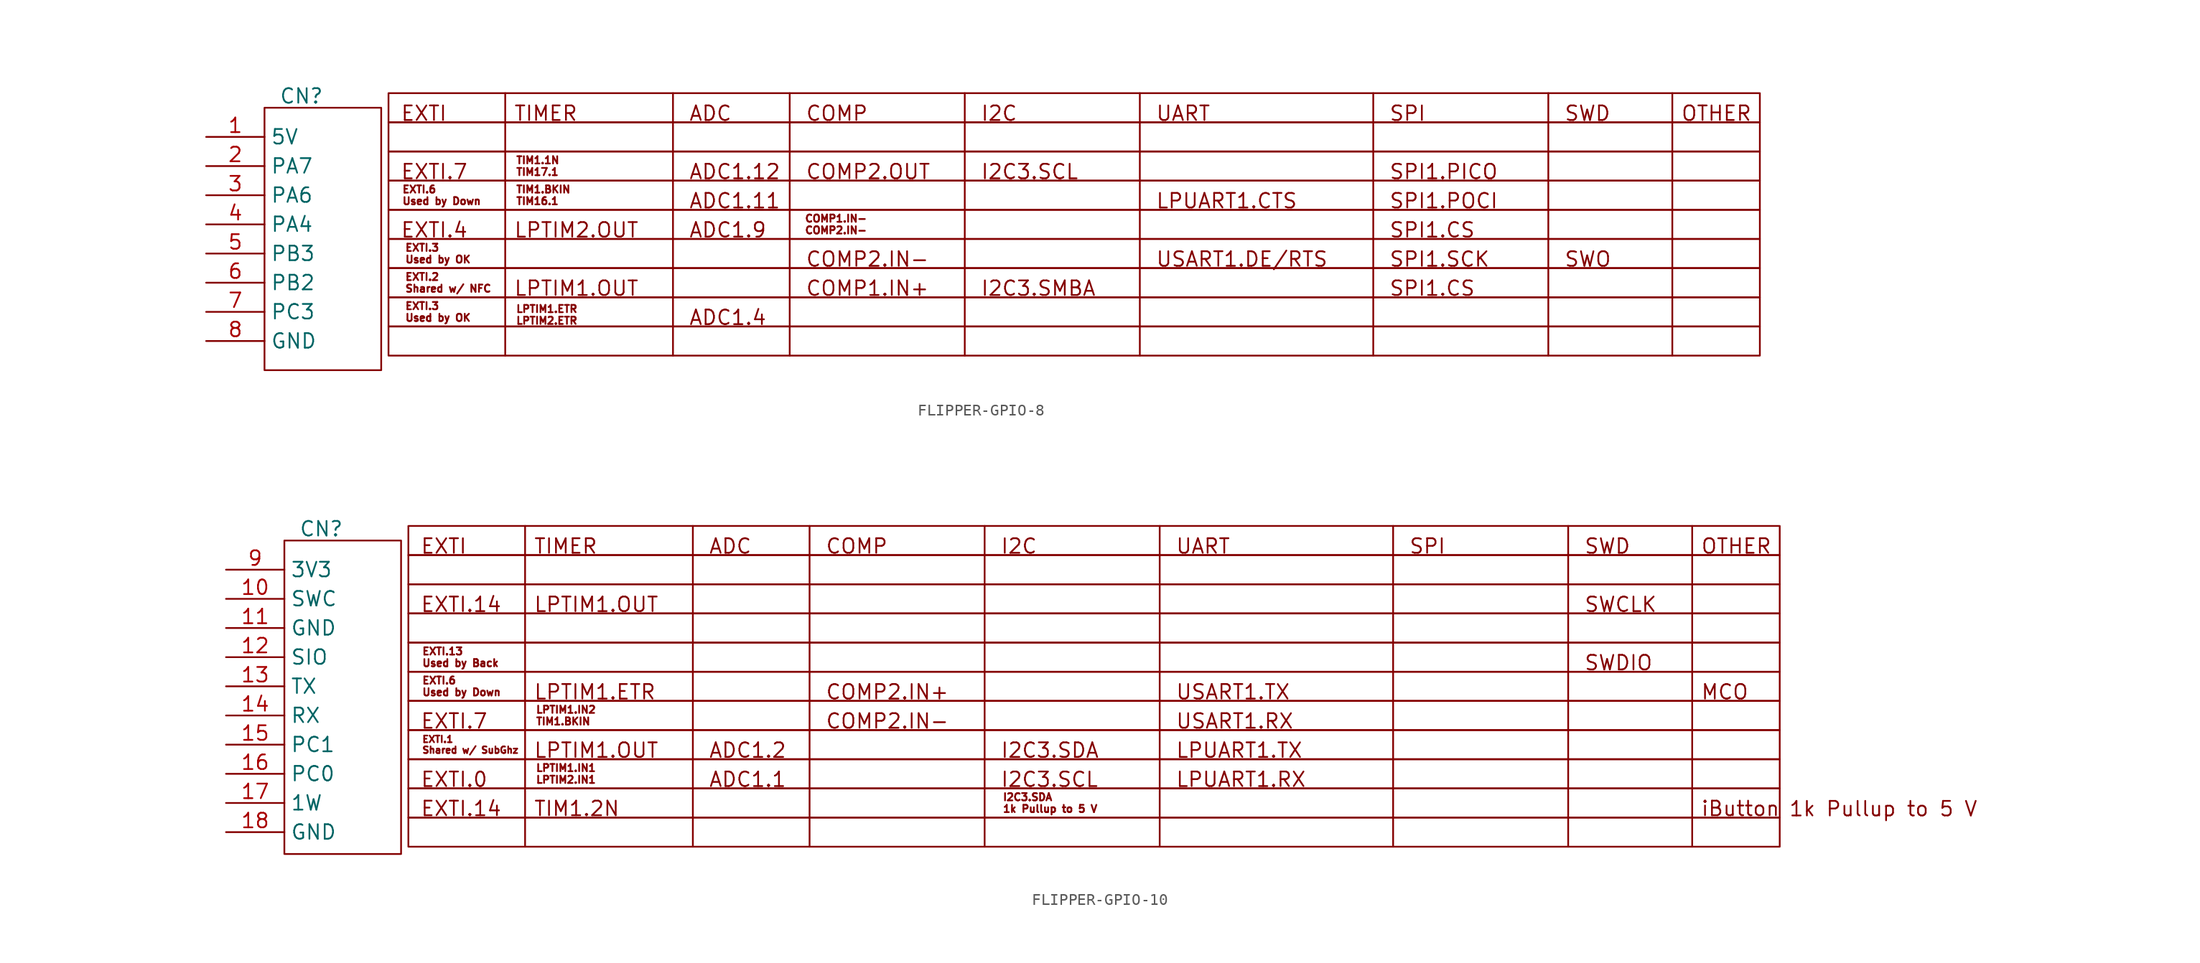
<source format=kicad_sym>
(kicad_symbol_lib
  (version 20231120)
  (generator "kicad_symbol_editor")
  (generator_version "8.0")
  (symbol "FLIPPER-GPIO-8"
    (property "Reference" "CN"
      (at 6.35 -1.524 0)
      (effects (font (size 1.27 1.27)) (justify left)))
    (property "Value" ""
      (at 0 0 0)
      (effects (font (size 1.27 1.27))))
    (symbol "FLIPPER-GPIO-8_0_1"
      (polyline (pts (xy 5.08 -25.4) (xy 5.08 -2.54) (xy 15.24 -2.54) (xy 15.24 -25.4) (xy 5.08 -25.4)) (stroke (width 0) (type default)) (fill (type none))))
    (symbol "FLIPPER-GPIO-8_1_1"
      (polyline (pts (xy 26.035 -1.27) (xy 26.035 -24.13)) (stroke (width 0) (type default)) (fill (type none)))
      (polyline (pts (xy 40.64 -1.27) (xy 40.64 -24.13)) (stroke (width 0) (type default)) (fill (type none)))
      (polyline (pts (xy 50.8 -1.27) (xy 50.8 -24.13)) (stroke (width 0) (type default)) (fill (type none)))
      (polyline (pts (xy 66.04 -1.27) (xy 66.04 -24.13)) (stroke (width 0) (type default)) (fill (type none)))
      (polyline (pts (xy 81.28 -1.27) (xy 81.28 -24.13)) (stroke (width 0) (type default)) (fill (type none)))
      (polyline (pts (xy 101.6 -1.27) (xy 101.6 -24.13)) (stroke (width 0) (type default)) (fill (type none)))
      (polyline (pts (xy 116.84 -1.27) (xy 116.84 -24.13)) (stroke (width 0) (type default)) (fill (type none)))
      (polyline (pts (xy 127.635 -1.27) (xy 127.635 -24.13)) (stroke (width 0) (type default)) (fill (type none)))
      (text "COMP1.IN-\nCOMP2.IN-" (at 52.07 -12.7 0) (effects (font (size 0.635 0.635)) (justify left)))
      (text "EXTI.2\nShared w/ NFC" (at 17.272 -17.78 0) (effects (font (size 0.635 0.635)) (justify left)))
      (text "EXTI.3\nUsed by OK" (at 17.272 -20.32 0) (effects (font (size 0.635 0.635)) (justify left)))
      (text "EXTI.3\nUsed by OK" (at 17.272 -15.24 0) (effects (font (size 0.635 0.635)) (justify left)))
      (text "EXTI.6\nUsed by Down" (at 17.018 -10.16 0) (effects (font (size 0.635 0.635)) (justify left)))
      (text "LPTIM1.ETR\nLPTIM2.ETR" (at 26.924 -20.574 0) (effects (font (size 0.635 0.635)) (justify left)))
      (text "TIM1.1N\nTIM17.1" (at 26.924 -7.62 0) (effects (font (size 0.635 0.635)) (justify left)))
      (text "TIM1.BKIN\nTIM16.1" (at 26.924 -10.16 0) (effects (font (size 0.635 0.635)) (justify left)))
      (text_box "" (at 15.875 -21.59 0) (size 119.38 -2.54) (stroke (width 0) (type default)) (fill (type none)) (effects (font (size 1.27 1.27)) (justify left top)))
      (text_box "" (at 15.875 -3.81 0) (size 119.38 -2.54) (stroke (width 0) (type default)) (fill (type none)) (effects (font (size 1.27 1.27)) (justify left top)))
      (text_box "							COMP2.IN-				USART1.DE/RTS	SPI1.SCK	SWO" (at 15.875 -13.97 0) (size 119.38 -2.54) (stroke (width 0) (type default)) (fill (type none)) (effects (font (size 1.27 1.27)) (justify left top)))
      (text_box "					ADC1.11							LPUART1.CTS		SPI1.POCI" (at 15.875 -8.89 0) (size 119.38 -2.54) (stroke (width 0) (type default)) (fill (type none)) (effects (font (size 1.27 1.27)) (justify left top)))
      (text_box "					ADC1.4" (at 15.875 -19.05 0) (size 119.38 -2.54) (stroke (width 0) (type default)) (fill (type none)) (effects (font (size 1.27 1.27)) (justify left top)))
      (text_box "		LPTIM1.OUT			COMP1.IN+	I2C3.SMBA					SPI1.CS" (at 15.875 -16.51 0) (size 119.38 -2.54) (stroke (width 0) (type default)) (fill (type none)) (effects (font (size 1.27 1.27)) (justify left top)))
      (text_box "EXTI	TIMER		ADC		COMP		I2C			UART			SPI			SWD		OTHER" (at 15.875 -1.27 0) (size 119.38 -2.54) (stroke (width 0) (type default)) (fill (type none)) (effects (font (face "KiCad Font") (size 1.27 1.27)) (justify left top)))
      (text_box "EXTI.4	LPTIM2.OUT	ADC1.9											SPI1.CS" (at 15.875 -11.43 0) (size 119.38 -2.54) (stroke (width 0) (type default)) (fill (type none)) (effects (font (size 1.27 1.27)) (justify left top)))
      (text_box "EXTI.7				ADC1.12	COMP2.OUT	I2C3.SCL					SPI1.PICO" (at 15.875 -6.35 0) (size 119.38 -2.54) (stroke (width 0) (type default)) (fill (type none)) (effects (font (size 1.27 1.27)) (justify left top)))
      (pin power_in line (at 0 -5.08 0) (length 5.08) (name "5V" (effects (font (size 1.27 1.27)))) (number "1" (effects (font (size 1.27 1.27)))))
      (pin bidirectional line (at 0 -7.62 0) (length 5.08) (name "PA7" (effects (font (size 1.27 1.27)))) (number "2" (effects (font (size 1.27 1.27)))))
      (pin bidirectional line (at 0 -10.16 0) (length 5.08) (name "PA6" (effects (font (size 1.27 1.27)))) (number "3" (effects (font (size 1.27 1.27)))))
      (pin bidirectional line (at 0 -12.7 0) (length 5.08) (name "PA4" (effects (font (size 1.27 1.27)))) (number "4" (effects (font (size 1.27 1.27)))))
      (pin bidirectional line (at 0 -15.24 0) (length 5.08) (name "PB3" (effects (font (size 1.27 1.27)))) (number "5" (effects (font (size 1.27 1.27)))))
      (pin bidirectional line (at 0 -17.78 0) (length 5.08) (name "PB2" (effects (font (size 1.27 1.27)))) (number "6" (effects (font (size 1.27 1.27)))))
      (pin bidirectional line (at 0 -20.32 0) (length 5.08) (name "PC3" (effects (font (size 1.27 1.27)))) (number "7" (effects (font (size 1.27 1.27)))))
      (pin power_in line (at 0 -22.86 0) (length 5.08) (name "GND" (effects (font (size 1.27 1.27)))) (number "8" (effects (font (size 1.27 1.27)))))))
  (symbol "FLIPPER-GPIO-10"
    (property "Reference" "CN"
      (at 6.35 -1.524 0)
      (effects (font (size 1.27 1.27)) (justify left)))
    (property "Value" ""
      (at 0 0 0)
      (effects (font (size 1.27 1.27))))
    (symbol "FLIPPER-GPIO-10_0_1"
      (polyline (pts (xy 5.08 -29.845) (xy 5.08 -2.54) (xy 15.24 -2.54) (xy 15.24 -29.845) (xy 5.08 -29.845)) (stroke (width 0) (type default)) (fill (type none))))
    (symbol "FLIPPER-GPIO-10_1_1"
      (polyline (pts (xy 26.035 -1.27) (xy 26.035 -29.21)) (stroke (width 0) (type default)) (fill (type none)))
      (polyline (pts (xy 40.64 -1.27) (xy 40.64 -29.21)) (stroke (width 0) (type default)) (fill (type none)))
      (polyline (pts (xy 50.8 -1.27) (xy 50.8 -29.21)) (stroke (width 0) (type default)) (fill (type none)))
      (polyline (pts (xy 66.04 -1.27) (xy 66.04 -29.21)) (stroke (width 0) (type default)) (fill (type none)))
      (polyline (pts (xy 81.28 -1.27) (xy 81.28 -29.21)) (stroke (width 0) (type default)) (fill (type none)))
      (polyline (pts (xy 101.6 -1.27) (xy 101.6 -29.21)) (stroke (width 0) (type default)) (fill (type none)))
      (polyline (pts (xy 116.84 -1.27) (xy 116.84 -29.21)) (stroke (width 0) (type default)) (fill (type none)))
      (polyline (pts (xy 127.635 -1.27) (xy 127.635 -29.21)) (stroke (width 0) (type default)) (fill (type none)))
      (text "1k Pullup to 5 V" (at 144.272 -25.908 0) (effects (font (size 1.27 1.27))))
      (text "EXTI.1\nShared w/ SubGhz" (at 17.018 -20.32 0) (effects (font (size 0.584 0.584)) (justify left)))
      (text "EXTI.13\nUsed by Back" (at 17.018 -12.7 0) (effects (font (size 0.635 0.635)) (justify left)))
      (text "EXTI.6\nUsed by Down" (at 17.018 -15.24 0) (effects (font (size 0.635 0.635)) (justify left)))
      (text "I2C3.SDA\n1k Pullup to 5 V" (at 67.564 -25.4 0) (effects (font (size 0.635 0.635)) (justify left)))
      (text "LPTIM1.IN1\nLPTIM2.IN1" (at 26.924 -22.86 0) (effects (font (size 0.635 0.635)) (justify left)))
      (text "LPTIM1.IN2\nTIM1.BKIN" (at 26.924 -17.78 0) (effects (font (size 0.635 0.635)) (justify left)))
      (text_box "" (at 15.875 -26.67 0) (size 119.38 -2.54) (stroke (width 0) (type default)) (fill (type none)) (effects (font (size 1.27 1.27)) (justify left top)))
      (text_box "" (at 15.875 -8.89 0) (size 119.38 -2.54) (stroke (width 0) (type default)) (fill (type none)) (effects (font (size 1.27 1.27)) (justify left top)))
      (text_box "" (at 15.875 -3.81 0) (size 119.38 -2.54) (stroke (width 0) (type default)) (fill (type none)) (effects (font (size 1.27 1.27)) (justify left top)))
      (text_box "																				SWDIO" (at 15.875 -11.43 0) (size 119.38 -2.54) (stroke (width 0) (type default)) (fill (type none)) (effects (font (size 1.27 1.27)) (justify left top)))
      (text_box "		LPTIM1.ETR			COMP2.IN+				USART1.TX							MCO" (at 15.875 -13.97 0) (size 119.38 -2.54) (stroke (width 0) (type default)) (fill (type none)) (effects (font (size 1.27 1.27)) (justify left top)))
      (text_box "		LPTIM1.OUT	ADC1.2				I2C3.SDA	LPUART1.TX" (at 15.875 -19.05 0) (size 119.38 -2.54) (stroke (width 0) (type default)) (fill (type none)) (effects (font (size 1.27 1.27)) (justify left top)))
      (text_box "EXTI	TIMER		ADC		COMP		I2C			UART			SPI			SWD		OTHER" (at 15.875 -1.27 0) (size 119.38 -2.54) (stroke (width 0) (type default)) (fill (type none)) (effects (font (size 1.27 1.27)) (justify left top)))
      (text_box "EXTI.0				ADC1.1				I2C3.SCL	LPUART1.RX" (at 15.875 -21.59 0) (size 119.38 -2.54) (stroke (width 0) (type default)) (fill (type none)) (effects (font (size 1.27 1.27)) (justify left top)))
      (text_box "EXTI.14	LPTIM1.OUT																SWCLK" (at 15.875 -6.35 0) (size 119.38 -2.54) (stroke (width 0) (type default)) (fill (type none)) (effects (font (size 1.27 1.27)) (justify left top)))
      (text_box "EXTI.14	TIM1.2N																			iButton" (at 15.875 -24.13 0) (size 119.38 -2.54) (stroke (width 0) (type default)) (fill (type none)) (effects (font (size 1.27 1.27)) (justify left top)))
      (text_box "EXTI.7						COMP2.IN-				USART1.RX" (at 15.875 -16.51 0) (size 119.38 -2.54) (stroke (width 0) (type default)) (fill (type none)) (effects (font (size 1.27 1.27)) (justify left top)))
      (pin bidirectional line (at 0 -7.62 0) (length 5.08) (name "SWC" (effects (font (size 1.27 1.27)))) (number "10" (effects (font (size 1.27 1.27)))))
      (pin bidirectional line (at 0 -10.16 0) (length 5.08) (name "GND" (effects (font (size 1.27 1.27)))) (number "11" (effects (font (size 1.27 1.27)))))
      (pin bidirectional line (at 0 -12.7 0) (length 5.08) (name "SIO" (effects (font (size 1.27 1.27)))) (number "12" (effects (font (size 1.27 1.27)))))
      (pin bidirectional line (at 0 -15.24 0) (length 5.08) (name "TX" (effects (font (size 1.27 1.27)))) (number "13" (effects (font (size 1.27 1.27)))))
      (pin bidirectional line (at 0 -17.78 0) (length 5.08) (name "RX" (effects (font (size 1.27 1.27)))) (number "14" (effects (font (size 1.27 1.27)))))
      (pin bidirectional line (at 0 -20.32 0) (length 5.08) (name "PC1" (effects (font (size 1.27 1.27)))) (number "15" (effects (font (size 1.27 1.27)))))
      (pin power_in line (at 0 -22.86 0) (length 5.08) (name "PC0" (effects (font (size 1.27 1.27)))) (number "16" (effects (font (size 1.27 1.27)))))
      (pin power_in line (at 0 -25.4 0) (length 5.08) (name "1W" (effects (font (size 1.27 1.27)))) (number "17" (effects (font (size 1.27 1.27)))))
      (pin power_in line (at 0 -27.94 0) (length 5.08) (name "GND" (effects (font (size 1.27 1.27)))) (number "18" (effects (font (size 1.27 1.27)))))
      (pin power_in line (at 0 -5.08 0) (length 5.08) (name "3V3" (effects (font (size 1.27 1.27)))) (number "9" (effects (font (size 1.27 1.27))))))))
</source>
